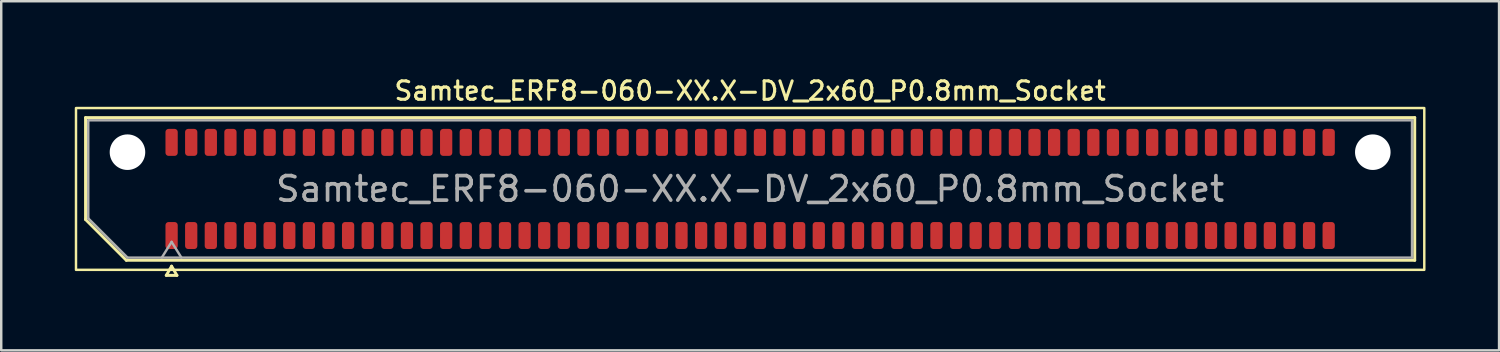
<source format=kicad_pcb>
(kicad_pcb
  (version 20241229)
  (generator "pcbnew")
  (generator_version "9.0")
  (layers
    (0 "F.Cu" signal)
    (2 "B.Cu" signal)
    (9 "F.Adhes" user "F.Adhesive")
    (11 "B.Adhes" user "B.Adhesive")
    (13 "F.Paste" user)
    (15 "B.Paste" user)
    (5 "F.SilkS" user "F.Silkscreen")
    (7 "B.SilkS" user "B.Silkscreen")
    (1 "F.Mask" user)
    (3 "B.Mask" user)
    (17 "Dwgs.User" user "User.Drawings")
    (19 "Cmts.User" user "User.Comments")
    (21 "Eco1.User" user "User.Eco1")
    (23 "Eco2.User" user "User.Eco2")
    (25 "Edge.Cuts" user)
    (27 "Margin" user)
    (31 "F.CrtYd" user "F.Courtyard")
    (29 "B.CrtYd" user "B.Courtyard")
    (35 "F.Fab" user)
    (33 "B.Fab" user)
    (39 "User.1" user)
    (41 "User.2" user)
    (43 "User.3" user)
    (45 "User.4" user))
  (footprint "Samtec_ERF8-060-XX.X-DV_2x60_P0.8mm_Socket"
    (layer "F.Cu")
    (at 27.55 4.658)
    (property "Reference" "Samtec_ERF8-060-XX.X-DV_2x60_P0.8mm_Socket" (at 0 -4 0) (layer "F.SilkS") (effects (font (size 0.75 0.75) (thickness 0.125))))
    (attr smd)
    (fp_line (start -27.11 -2.91) (end 27.11 -2.91) (stroke (width 0.12) (type solid)) (layer "F.SilkS"))
    (fp_line (start -27.11 1.246) (end -27.11 -2.91) (stroke (width 0.12) (type solid)) (layer "F.SilkS"))
    (fp_line (start -25.446 2.91) (end -27.11 1.246) (stroke (width 0.12) (type solid)) (layer "F.SilkS"))
    (fp_line (start -23.817 3.525) (end -23.6 3.15) (stroke (width 0.12) (type solid)) (layer "F.SilkS"))
    (fp_line (start -23.6 3.15) (end -23.383 3.525) (stroke (width 0.12) (type solid)) (layer "F.SilkS"))
    (fp_line (start -23.383 3.525) (end -23.817 3.525) (stroke (width 0.12) (type solid)) (layer "F.SilkS"))
    (fp_line (start 27.11 -2.91) (end 27.11 2.91) (stroke (width 0.12) (type solid)) (layer "F.SilkS"))
    (fp_line (start 27.11 2.91) (end -25.446 2.91) (stroke (width 0.12) (type solid)) (layer "F.SilkS"))
    (fp_rect (start -27.5 -3.3) (end 27.5 3.3) (stroke (width 0.1) (type solid)) (fill no) (layer "F.SilkS"))
    (fp_line (start -27 -2.8) (end 27 -2.8) (stroke (width 0.1) (type solid)) (layer "F.Fab"))
    (fp_line (start -27 1.2) (end -27 -2.8) (stroke (width 0.1) (type solid)) (layer "F.Fab"))
    (fp_line (start -25.4 2.8) (end -27 1.2) (stroke (width 0.1) (type solid)) (layer "F.Fab"))
    (fp_line (start -24 2.8) (end -23.6 2.16) (stroke (width 0.1) (type solid)) (layer "F.Fab"))
    (fp_line (start -23.6 2.16) (end -23.2 2.8) (stroke (width 0.1) (type solid)) (layer "F.Fab"))
    (fp_line (start 27 -2.8) (end 27 2.8) (stroke (width 0.1) (type solid)) (layer "F.Fab"))
    (fp_line (start 27 2.8) (end -25.4 2.8) (stroke (width 0.1) (type solid)) (layer "F.Fab"))
    (fp_text user "${REFERENCE}" (at 0 0 0) (layer "F.Fab") (effects (font (size 1 1) (thickness 0.15))))
    (pad "" np_thru_hole circle (at -25.4 -1.5) (size 1.45 1.45) (drill 1.45) (layers "*.Cu" "*.Mask"))
    (pad "" np_thru_hole circle (at 25.4 -1.5) (size 1.45 1.45) (drill 1.45) (layers "*.Cu" "*.Mask"))
    (pad "1" smd roundrect (at -23.6 1.9) (size 0.5 1.1) (layers "F.Cu" "F.Mask" "F.Paste") (roundrect_rratio 0.25))
    (pad "2" smd roundrect (at -23.6 -1.9) (size 0.5 1.1) (layers "F.Cu" "F.Mask" "F.Paste") (roundrect_rratio 0.25))
    (pad "3" smd roundrect (at -22.8 1.9) (size 0.5 1.1) (layers "F.Cu" "F.Mask" "F.Paste") (roundrect_rratio 0.25))
    (pad "4" smd roundrect (at -22.8 -1.9) (size 0.5 1.1) (layers "F.Cu" "F.Mask" "F.Paste") (roundrect_rratio 0.25))
    (pad "5" smd roundrect (at -22 1.9) (size 0.5 1.1) (layers "F.Cu" "F.Mask" "F.Paste") (roundrect_rratio 0.25))
    (pad "6" smd roundrect (at -22 -1.9) (size 0.5 1.1) (layers "F.Cu" "F.Mask" "F.Paste") (roundrect_rratio 0.25))
    (pad "7" smd roundrect (at -21.2 1.9) (size 0.5 1.1) (layers "F.Cu" "F.Mask" "F.Paste") (roundrect_rratio 0.25))
    (pad "8" smd roundrect (at -21.2 -1.9) (size 0.5 1.1) (layers "F.Cu" "F.Mask" "F.Paste") (roundrect_rratio 0.25))
    (pad "9" smd roundrect (at -20.4 1.9) (size 0.5 1.1) (layers "F.Cu" "F.Mask" "F.Paste") (roundrect_rratio 0.25))
    (pad "10" smd roundrect (at -20.4 -1.9) (size 0.5 1.1) (layers "F.Cu" "F.Mask" "F.Paste") (roundrect_rratio 0.25))
    (pad "11" smd roundrect (at -19.6 1.9) (size 0.5 1.1) (layers "F.Cu" "F.Mask" "F.Paste") (roundrect_rratio 0.25))
    (pad "12" smd roundrect (at -19.6 -1.9) (size 0.5 1.1) (layers "F.Cu" "F.Mask" "F.Paste") (roundrect_rratio 0.25))
    (pad "13" smd roundrect (at -18.8 1.9) (size 0.5 1.1) (layers "F.Cu" "F.Mask" "F.Paste") (roundrect_rratio 0.25))
    (pad "14" smd roundrect (at -18.8 -1.9) (size 0.5 1.1) (layers "F.Cu" "F.Mask" "F.Paste") (roundrect_rratio 0.25))
    (pad "15" smd roundrect (at -18 1.9) (size 0.5 1.1) (layers "F.Cu" "F.Mask" "F.Paste") (roundrect_rratio 0.25))
    (pad "16" smd roundrect (at -18 -1.9) (size 0.5 1.1) (layers "F.Cu" "F.Mask" "F.Paste") (roundrect_rratio 0.25))
    (pad "17" smd roundrect (at -17.2 1.9) (size 0.5 1.1) (layers "F.Cu" "F.Mask" "F.Paste") (roundrect_rratio 0.25))
    (pad "18" smd roundrect (at -17.2 -1.9) (size 0.5 1.1) (layers "F.Cu" "F.Mask" "F.Paste") (roundrect_rratio 0.25))
    (pad "19" smd roundrect (at -16.4 1.9) (size 0.5 1.1) (layers "F.Cu" "F.Mask" "F.Paste") (roundrect_rratio 0.25))
    (pad "20" smd roundrect (at -16.4 -1.9) (size 0.5 1.1) (layers "F.Cu" "F.Mask" "F.Paste") (roundrect_rratio 0.25))
    (pad "21" smd roundrect (at -15.6 1.9) (size 0.5 1.1) (layers "F.Cu" "F.Mask" "F.Paste") (roundrect_rratio 0.25))
    (pad "22" smd roundrect (at -15.6 -1.9) (size 0.5 1.1) (layers "F.Cu" "F.Mask" "F.Paste") (roundrect_rratio 0.25))
    (pad "23" smd roundrect (at -14.8 1.9) (size 0.5 1.1) (layers "F.Cu" "F.Mask" "F.Paste") (roundrect_rratio 0.25))
    (pad "24" smd roundrect (at -14.8 -1.9) (size 0.5 1.1) (layers "F.Cu" "F.Mask" "F.Paste") (roundrect_rratio 0.25))
    (pad "25" smd roundrect (at -14 1.9) (size 0.5 1.1) (layers "F.Cu" "F.Mask" "F.Paste") (roundrect_rratio 0.25))
    (pad "26" smd roundrect (at -14 -1.9) (size 0.5 1.1) (layers "F.Cu" "F.Mask" "F.Paste") (roundrect_rratio 0.25))
    (pad "27" smd roundrect (at -13.2 1.9) (size 0.5 1.1) (layers "F.Cu" "F.Mask" "F.Paste") (roundrect_rratio 0.25))
    (pad "28" smd roundrect (at -13.2 -1.9) (size 0.5 1.1) (layers "F.Cu" "F.Mask" "F.Paste") (roundrect_rratio 0.25))
    (pad "29" smd roundrect (at -12.4 1.9) (size 0.5 1.1) (layers "F.Cu" "F.Mask" "F.Paste") (roundrect_rratio 0.25))
    (pad "30" smd roundrect (at -12.4 -1.9) (size 0.5 1.1) (layers "F.Cu" "F.Mask" "F.Paste") (roundrect_rratio 0.25))
    (pad "31" smd roundrect (at -11.6 1.9) (size 0.5 1.1) (layers "F.Cu" "F.Mask" "F.Paste") (roundrect_rratio 0.25))
    (pad "32" smd roundrect (at -11.6 -1.9) (size 0.5 1.1) (layers "F.Cu" "F.Mask" "F.Paste") (roundrect_rratio 0.25))
    (pad "33" smd roundrect (at -10.8 1.9) (size 0.5 1.1) (layers "F.Cu" "F.Mask" "F.Paste") (roundrect_rratio 0.25))
    (pad "34" smd roundrect (at -10.8 -1.9) (size 0.5 1.1) (layers "F.Cu" "F.Mask" "F.Paste") (roundrect_rratio 0.25))
    (pad "35" smd roundrect (at -10 1.9) (size 0.5 1.1) (layers "F.Cu" "F.Mask" "F.Paste") (roundrect_rratio 0.25))
    (pad "36" smd roundrect (at -10 -1.9) (size 0.5 1.1) (layers "F.Cu" "F.Mask" "F.Paste") (roundrect_rratio 0.25))
    (pad "37" smd roundrect (at -9.2 1.9) (size 0.5 1.1) (layers "F.Cu" "F.Mask" "F.Paste") (roundrect_rratio 0.25))
    (pad "38" smd roundrect (at -9.2 -1.9) (size 0.5 1.1) (layers "F.Cu" "F.Mask" "F.Paste") (roundrect_rratio 0.25))
    (pad "39" smd roundrect (at -8.4 1.9) (size 0.5 1.1) (layers "F.Cu" "F.Mask" "F.Paste") (roundrect_rratio 0.25))
    (pad "40" smd roundrect (at -8.4 -1.9) (size 0.5 1.1) (layers "F.Cu" "F.Mask" "F.Paste") (roundrect_rratio 0.25))
    (pad "41" smd roundrect (at -7.6 1.9) (size 0.5 1.1) (layers "F.Cu" "F.Mask" "F.Paste") (roundrect_rratio 0.25))
    (pad "42" smd roundrect (at -7.6 -1.9) (size 0.5 1.1) (layers "F.Cu" "F.Mask" "F.Paste") (roundrect_rratio 0.25))
    (pad "43" smd roundrect (at -6.8 1.9) (size 0.5 1.1) (layers "F.Cu" "F.Mask" "F.Paste") (roundrect_rratio 0.25))
    (pad "44" smd roundrect (at -6.8 -1.9) (size 0.5 1.1) (layers "F.Cu" "F.Mask" "F.Paste") (roundrect_rratio 0.25))
    (pad "45" smd roundrect (at -6 1.9) (size 0.5 1.1) (layers "F.Cu" "F.Mask" "F.Paste") (roundrect_rratio 0.25))
    (pad "46" smd roundrect (at -6 -1.9) (size 0.5 1.1) (layers "F.Cu" "F.Mask" "F.Paste") (roundrect_rratio 0.25))
    (pad "47" smd roundrect (at -5.2 1.9) (size 0.5 1.1) (layers "F.Cu" "F.Mask" "F.Paste") (roundrect_rratio 0.25))
    (pad "48" smd roundrect (at -5.2 -1.9) (size 0.5 1.1) (layers "F.Cu" "F.Mask" "F.Paste") (roundrect_rratio 0.25))
    (pad "49" smd roundrect (at -4.4 1.9) (size 0.5 1.1) (layers "F.Cu" "F.Mask" "F.Paste") (roundrect_rratio 0.25))
    (pad "50" smd roundrect (at -4.4 -1.9) (size 0.5 1.1) (layers "F.Cu" "F.Mask" "F.Paste") (roundrect_rratio 0.25))
    (pad "51" smd roundrect (at -3.6 1.9) (size 0.5 1.1) (layers "F.Cu" "F.Mask" "F.Paste") (roundrect_rratio 0.25))
    (pad "52" smd roundrect (at -3.6 -1.9) (size 0.5 1.1) (layers "F.Cu" "F.Mask" "F.Paste") (roundrect_rratio 0.25))
    (pad "53" smd roundrect (at -2.8 1.9) (size 0.5 1.1) (layers "F.Cu" "F.Mask" "F.Paste") (roundrect_rratio 0.25))
    (pad "54" smd roundrect (at -2.8 -1.9) (size 0.5 1.1) (layers "F.Cu" "F.Mask" "F.Paste") (roundrect_rratio 0.25))
    (pad "55" smd roundrect (at -2 1.9) (size 0.5 1.1) (layers "F.Cu" "F.Mask" "F.Paste") (roundrect_rratio 0.25))
    (pad "56" smd roundrect (at -2 -1.9) (size 0.5 1.1) (layers "F.Cu" "F.Mask" "F.Paste") (roundrect_rratio 0.25))
    (pad "57" smd roundrect (at -1.2 1.9) (size 0.5 1.1) (layers "F.Cu" "F.Mask" "F.Paste") (roundrect_rratio 0.25))
    (pad "58" smd roundrect (at -1.2 -1.9) (size 0.5 1.1) (layers "F.Cu" "F.Mask" "F.Paste") (roundrect_rratio 0.25))
    (pad "59" smd roundrect (at -0.4 1.9) (size 0.5 1.1) (layers "F.Cu" "F.Mask" "F.Paste") (roundrect_rratio 0.25))
    (pad "60" smd roundrect (at -0.4 -1.9) (size 0.5 1.1) (layers "F.Cu" "F.Mask" "F.Paste") (roundrect_rratio 0.25))
    (pad "61" smd roundrect (at 0.4 1.9) (size 0.5 1.1) (layers "F.Cu" "F.Mask" "F.Paste") (roundrect_rratio 0.25))
    (pad "62" smd roundrect (at 0.4 -1.9) (size 0.5 1.1) (layers "F.Cu" "F.Mask" "F.Paste") (roundrect_rratio 0.25))
    (pad "63" smd roundrect (at 1.2 1.9) (size 0.5 1.1) (layers "F.Cu" "F.Mask" "F.Paste") (roundrect_rratio 0.25))
    (pad "64" smd roundrect (at 1.2 -1.9) (size 0.5 1.1) (layers "F.Cu" "F.Mask" "F.Paste") (roundrect_rratio 0.25))
    (pad "65" smd roundrect (at 2 1.9) (size 0.5 1.1) (layers "F.Cu" "F.Mask" "F.Paste") (roundrect_rratio 0.25))
    (pad "66" smd roundrect (at 2 -1.9) (size 0.5 1.1) (layers "F.Cu" "F.Mask" "F.Paste") (roundrect_rratio 0.25))
    (pad "67" smd roundrect (at 2.8 1.9) (size 0.5 1.1) (layers "F.Cu" "F.Mask" "F.Paste") (roundrect_rratio 0.25))
    (pad "68" smd roundrect (at 2.8 -1.9) (size 0.5 1.1) (layers "F.Cu" "F.Mask" "F.Paste") (roundrect_rratio 0.25))
    (pad "69" smd roundrect (at 3.6 1.9) (size 0.5 1.1) (layers "F.Cu" "F.Mask" "F.Paste") (roundrect_rratio 0.25))
    (pad "70" smd roundrect (at 3.6 -1.9) (size 0.5 1.1) (layers "F.Cu" "F.Mask" "F.Paste") (roundrect_rratio 0.25))
    (pad "71" smd roundrect (at 4.4 1.9) (size 0.5 1.1) (layers "F.Cu" "F.Mask" "F.Paste") (roundrect_rratio 0.25))
    (pad "72" smd roundrect (at 4.4 -1.9) (size 0.5 1.1) (layers "F.Cu" "F.Mask" "F.Paste") (roundrect_rratio 0.25))
    (pad "73" smd roundrect (at 5.2 1.9) (size 0.5 1.1) (layers "F.Cu" "F.Mask" "F.Paste") (roundrect_rratio 0.25))
    (pad "74" smd roundrect (at 5.2 -1.9) (size 0.5 1.1) (layers "F.Cu" "F.Mask" "F.Paste") (roundrect_rratio 0.25))
    (pad "75" smd roundrect (at 6 1.9) (size 0.5 1.1) (layers "F.Cu" "F.Mask" "F.Paste") (roundrect_rratio 0.25))
    (pad "76" smd roundrect (at 6 -1.9) (size 0.5 1.1) (layers "F.Cu" "F.Mask" "F.Paste") (roundrect_rratio 0.25))
    (pad "77" smd roundrect (at 6.8 1.9) (size 0.5 1.1) (layers "F.Cu" "F.Mask" "F.Paste") (roundrect_rratio 0.25))
    (pad "78" smd roundrect (at 6.8 -1.9) (size 0.5 1.1) (layers "F.Cu" "F.Mask" "F.Paste") (roundrect_rratio 0.25))
    (pad "79" smd roundrect (at 7.6 1.9) (size 0.5 1.1) (layers "F.Cu" "F.Mask" "F.Paste") (roundrect_rratio 0.25))
    (pad "80" smd roundrect (at 7.6 -1.9) (size 0.5 1.1) (layers "F.Cu" "F.Mask" "F.Paste") (roundrect_rratio 0.25))
    (pad "81" smd roundrect (at 8.4 1.9) (size 0.5 1.1) (layers "F.Cu" "F.Mask" "F.Paste") (roundrect_rratio 0.25))
    (pad "82" smd roundrect (at 8.4 -1.9) (size 0.5 1.1) (layers "F.Cu" "F.Mask" "F.Paste") (roundrect_rratio 0.25))
    (pad "83" smd roundrect (at 9.2 1.9) (size 0.5 1.1) (layers "F.Cu" "F.Mask" "F.Paste") (roundrect_rratio 0.25))
    (pad "84" smd roundrect (at 9.2 -1.9) (size 0.5 1.1) (layers "F.Cu" "F.Mask" "F.Paste") (roundrect_rratio 0.25))
    (pad "85" smd roundrect (at 10 1.9) (size 0.5 1.1) (layers "F.Cu" "F.Mask" "F.Paste") (roundrect_rratio 0.25))
    (pad "86" smd roundrect (at 10 -1.9) (size 0.5 1.1) (layers "F.Cu" "F.Mask" "F.Paste") (roundrect_rratio 0.25))
    (pad "87" smd roundrect (at 10.8 1.9) (size 0.5 1.1) (layers "F.Cu" "F.Mask" "F.Paste") (roundrect_rratio 0.25))
    (pad "88" smd roundrect (at 10.8 -1.9) (size 0.5 1.1) (layers "F.Cu" "F.Mask" "F.Paste") (roundrect_rratio 0.25))
    (pad "89" smd roundrect (at 11.6 1.9) (size 0.5 1.1) (layers "F.Cu" "F.Mask" "F.Paste") (roundrect_rratio 0.25))
    (pad "90" smd roundrect (at 11.6 -1.9) (size 0.5 1.1) (layers "F.Cu" "F.Mask" "F.Paste") (roundrect_rratio 0.25))
    (pad "91" smd roundrect (at 12.4 1.9) (size 0.5 1.1) (layers "F.Cu" "F.Mask" "F.Paste") (roundrect_rratio 0.25))
    (pad "92" smd roundrect (at 12.4 -1.9) (size 0.5 1.1) (layers "F.Cu" "F.Mask" "F.Paste") (roundrect_rratio 0.25))
    (pad "93" smd roundrect (at 13.2 1.9) (size 0.5 1.1) (layers "F.Cu" "F.Mask" "F.Paste") (roundrect_rratio 0.25))
    (pad "94" smd roundrect (at 13.2 -1.9) (size 0.5 1.1) (layers "F.Cu" "F.Mask" "F.Paste") (roundrect_rratio 0.25))
    (pad "95" smd roundrect (at 14 1.9) (size 0.5 1.1) (layers "F.Cu" "F.Mask" "F.Paste") (roundrect_rratio 0.25))
    (pad "96" smd roundrect (at 14 -1.9) (size 0.5 1.1) (layers "F.Cu" "F.Mask" "F.Paste") (roundrect_rratio 0.25))
    (pad "97" smd roundrect (at 14.8 1.9) (size 0.5 1.1) (layers "F.Cu" "F.Mask" "F.Paste") (roundrect_rratio 0.25))
    (pad "98" smd roundrect (at 14.8 -1.9) (size 0.5 1.1) (layers "F.Cu" "F.Mask" "F.Paste") (roundrect_rratio 0.25))
    (pad "99" smd roundrect (at 15.6 1.9) (size 0.5 1.1) (layers "F.Cu" "F.Mask" "F.Paste") (roundrect_rratio 0.25))
    (pad "100" smd roundrect (at 15.6 -1.9) (size 0.5 1.1) (layers "F.Cu" "F.Mask" "F.Paste") (roundrect_rratio 0.25))
    (pad "101" smd roundrect (at 16.4 1.9) (size 0.5 1.1) (layers "F.Cu" "F.Mask" "F.Paste") (roundrect_rratio 0.25))
    (pad "102" smd roundrect (at 16.4 -1.9) (size 0.5 1.1) (layers "F.Cu" "F.Mask" "F.Paste") (roundrect_rratio 0.25))
    (pad "103" smd roundrect (at 17.2 1.9) (size 0.5 1.1) (layers "F.Cu" "F.Mask" "F.Paste") (roundrect_rratio 0.25))
    (pad "104" smd roundrect (at 17.2 -1.9) (size 0.5 1.1) (layers "F.Cu" "F.Mask" "F.Paste") (roundrect_rratio 0.25))
    (pad "105" smd roundrect (at 18 1.9) (size 0.5 1.1) (layers "F.Cu" "F.Mask" "F.Paste") (roundrect_rratio 0.25))
    (pad "106" smd roundrect (at 18 -1.9) (size 0.5 1.1) (layers "F.Cu" "F.Mask" "F.Paste") (roundrect_rratio 0.25))
    (pad "107" smd roundrect (at 18.8 1.9) (size 0.5 1.1) (layers "F.Cu" "F.Mask" "F.Paste") (roundrect_rratio 0.25))
    (pad "108" smd roundrect (at 18.8 -1.9) (size 0.5 1.1) (layers "F.Cu" "F.Mask" "F.Paste") (roundrect_rratio 0.25))
    (pad "109" smd roundrect (at 19.6 1.9) (size 0.5 1.1) (layers "F.Cu" "F.Mask" "F.Paste") (roundrect_rratio 0.25))
    (pad "110" smd roundrect (at 19.6 -1.9) (size 0.5 1.1) (layers "F.Cu" "F.Mask" "F.Paste") (roundrect_rratio 0.25))
    (pad "111" smd roundrect (at 20.4 1.9) (size 0.5 1.1) (layers "F.Cu" "F.Mask" "F.Paste") (roundrect_rratio 0.25))
    (pad "112" smd roundrect (at 20.4 -1.9) (size 0.5 1.1) (layers "F.Cu" "F.Mask" "F.Paste") (roundrect_rratio 0.25))
    (pad "113" smd roundrect (at 21.2 1.9) (size 0.5 1.1) (layers "F.Cu" "F.Mask" "F.Paste") (roundrect_rratio 0.25))
    (pad "114" smd roundrect (at 21.2 -1.9) (size 0.5 1.1) (layers "F.Cu" "F.Mask" "F.Paste") (roundrect_rratio 0.25))
    (pad "115" smd roundrect (at 22 1.9) (size 0.5 1.1) (layers "F.Cu" "F.Mask" "F.Paste") (roundrect_rratio 0.25))
    (pad "116" smd roundrect (at 22 -1.9) (size 0.5 1.1) (layers "F.Cu" "F.Mask" "F.Paste") (roundrect_rratio 0.25))
    (pad "117" smd roundrect (at 22.8 1.9) (size 0.5 1.1) (layers "F.Cu" "F.Mask" "F.Paste") (roundrect_rratio 0.25))
    (pad "118" smd roundrect (at 22.8 -1.9) (size 0.5 1.1) (layers "F.Cu" "F.Mask" "F.Paste") (roundrect_rratio 0.25))
    (pad "119" smd roundrect (at 23.6 1.9) (size 0.5 1.1) (layers "F.Cu" "F.Mask" "F.Paste") (roundrect_rratio 0.25))
    (pad "120" smd roundrect (at 23.6 -1.9) (size 0.5 1.1) (layers "F.Cu" "F.Mask" "F.Paste") (roundrect_rratio 0.25)))
  (gr_rect
    (start -3 -3)
    (end 58.1 11.243)
    (stroke (width 0.1) (type default))
    (fill no)
    (layer "Edge.Cuts")))
</source>
